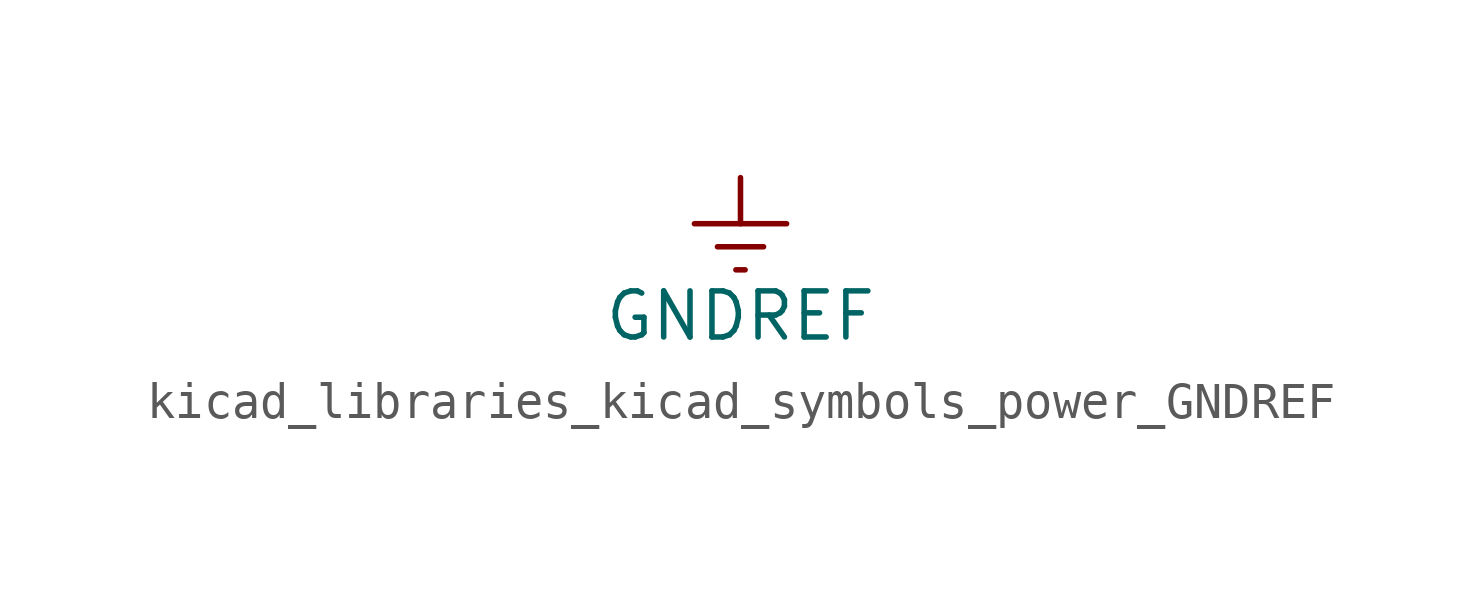
<source format=kicad_sym>
(kicad_symbol_lib
  (version 20220914)
  (generator kicad_symbol_editor)
  (symbol "kicad_libraries_kicad_symbols_power_GNDREF"
    (power)
    (pin_names
      (offset 0))
    (property "Reference" "#PWR"
      (at 0 -6.35 0)
      (effects (font (size 1.27 1.27)) hide))
    (property "Value" "GNDREF"
      (at 0 -3.81 0)
      (effects (font (size 1.27 1.27))))
    (symbol "kicad_libraries_kicad_symbols_power_GNDREF_0_1"
      (polyline (pts (xy -0.635 -1.905) (xy 0.635 -1.905)) (stroke (width 0) (type default)) (fill (type none)))
      (polyline (pts (xy -0.127 -2.54) (xy 0.127 -2.54)) (stroke (width 0) (type default)) (fill (type none)))
      (polyline (pts (xy 0 -1.27) (xy 0 0)) (stroke (width 0) (type default)) (fill (type none)))
      (polyline (pts (xy 1.27 -1.27) (xy -1.27 -1.27)) (stroke (width 0) (type default)) (fill (type none))))
    (symbol "kicad_libraries_kicad_symbols_power_GNDREF_1_1"
      (pin power_in line (at 0 0 270) (length 0) hide (name "GNDREF" (effects (font (size 1.27 1.27)))) (number "1" (effects (font (size 1.27 1.27))))))))
</source>
